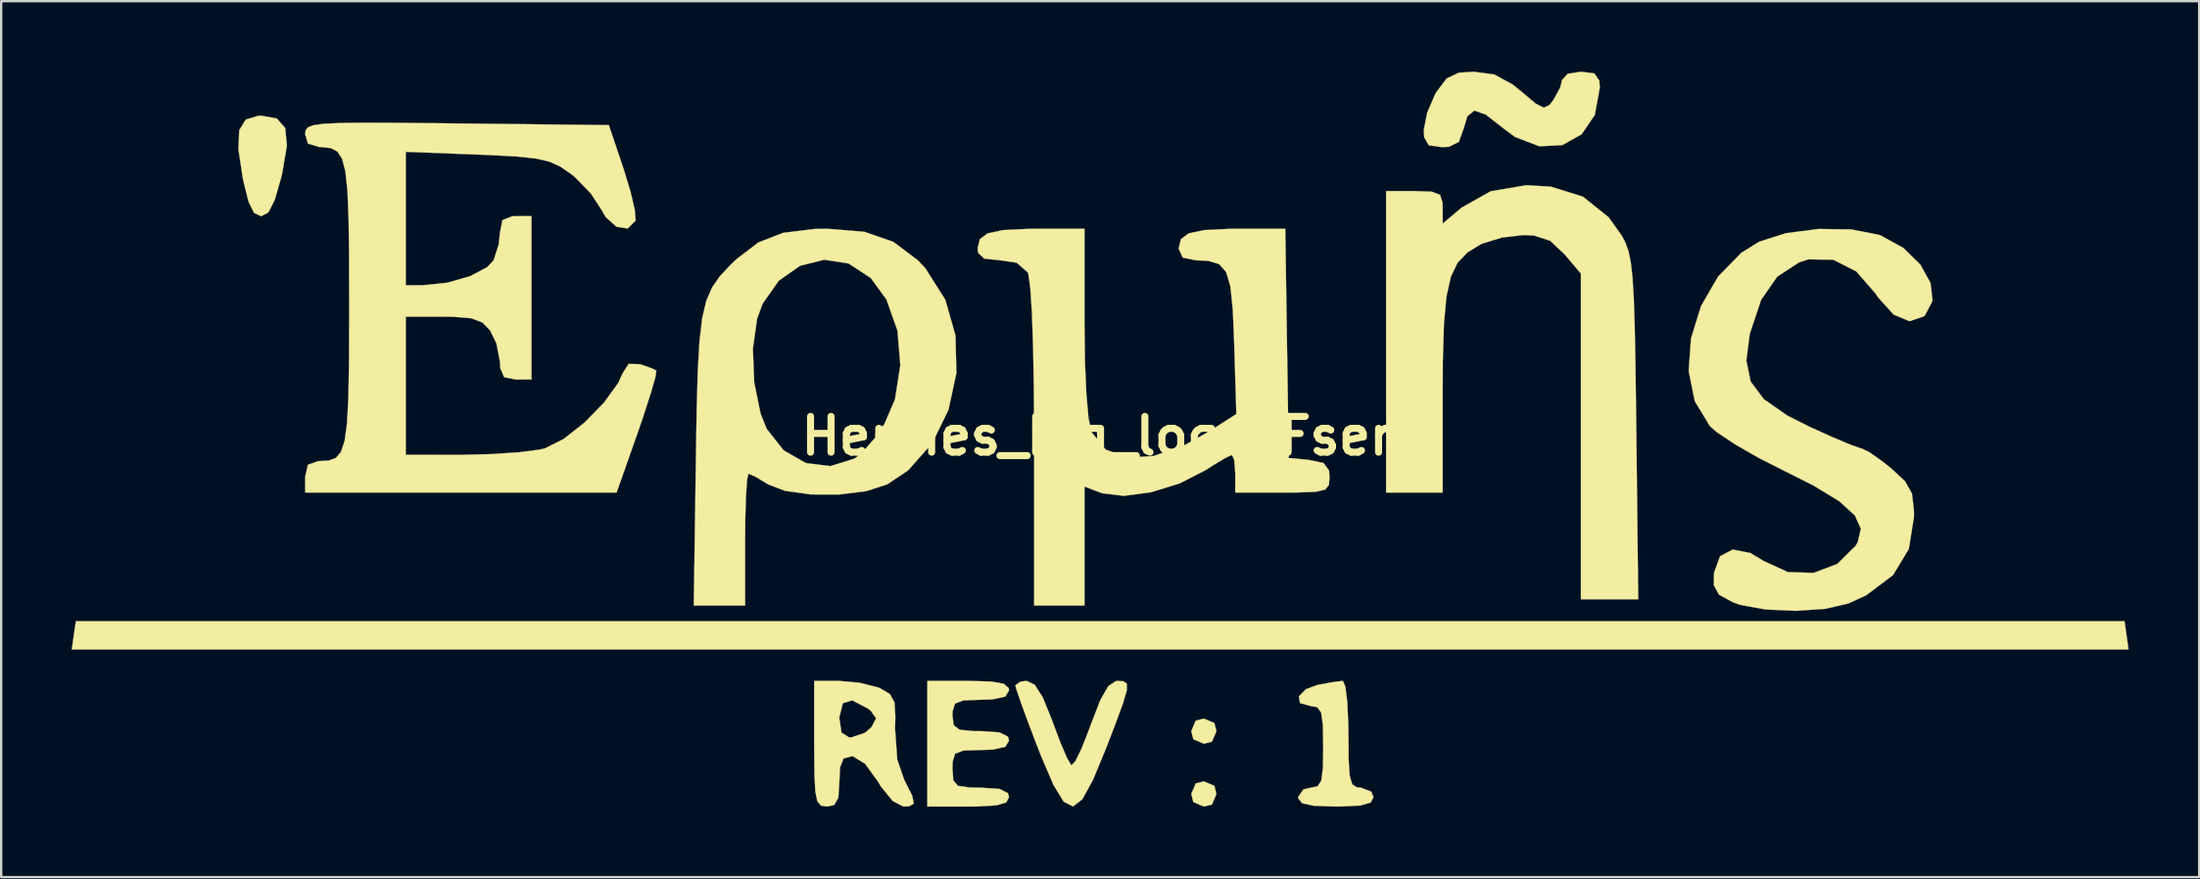
<source format=kicad_pcb>
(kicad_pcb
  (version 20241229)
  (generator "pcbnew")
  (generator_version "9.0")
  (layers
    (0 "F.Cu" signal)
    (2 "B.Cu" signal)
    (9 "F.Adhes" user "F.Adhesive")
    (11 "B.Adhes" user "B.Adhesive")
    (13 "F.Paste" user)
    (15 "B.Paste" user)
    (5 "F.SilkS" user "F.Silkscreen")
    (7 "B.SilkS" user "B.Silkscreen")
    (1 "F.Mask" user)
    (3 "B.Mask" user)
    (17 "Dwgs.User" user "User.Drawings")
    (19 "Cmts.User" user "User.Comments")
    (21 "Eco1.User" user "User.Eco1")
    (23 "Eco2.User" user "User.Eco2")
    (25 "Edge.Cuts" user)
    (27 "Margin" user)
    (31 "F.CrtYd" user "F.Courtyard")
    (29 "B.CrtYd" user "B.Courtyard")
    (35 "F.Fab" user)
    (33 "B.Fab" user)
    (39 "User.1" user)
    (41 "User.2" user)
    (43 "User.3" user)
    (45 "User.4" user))
  (footprint "Hermes_big_logo_Fserif"
    (layer "F.Cu")
    (at 44.425 15.512)
    (property "Reference" "Hermes_big_logo_Fserif" (at 0 0 0) (layer "F.SilkS") (effects (font (size 1.524 1.524) (thickness 0.3))))
    (attr through_hole)
    (fp_poly (pts (xy 43.084 9.091) (xy -44.42 9.091) (xy -44.249 7.887) (xy 42.913 7.887) (xy 43.084 9.091)) (stroke (width 0.01) (type solid)) (fill yes) (layer "F.SilkS"))
    (fp_poly (pts (xy 4.19 12.221) (xy 4.278 12.566) (xy 4.089 13.013) (xy 3.743 13.101) (xy 3.296 12.912) (xy 3.208 12.566) (xy 3.397 12.119) (xy 3.743 12.032) (xy 4.19 12.221)) (stroke (width 0.01) (type solid)) (fill yes) (layer "F.SilkS"))
    (fp_poly (pts (xy 4.19 14.894) (xy 4.278 15.24) (xy 4.089 15.687) (xy 3.743 15.775) (xy 3.296 15.586) (xy 3.208 15.24) (xy 3.397 14.793) (xy 3.743 14.705) (xy 4.19 14.894)) (stroke (width 0.01) (type solid)) (fill yes) (layer "F.SilkS"))
    (fp_poly (pts (xy -35.694 -13.515) (xy -35.34 -13.11) (xy -35.27 -12.36) (xy -35.464 -11.202) (xy -35.505 -11.029) (xy -35.785 -10.051) (xy -36.055 -9.521) (xy -36.359 -9.358) (xy -36.369 -9.358) (xy -36.666 -9.499) (xy -36.905 -9.984) (xy -37.131 -10.905) (xy -37.145 -10.971) (xy -37.331 -12.208) (xy -37.297 -13.018) (xy -37.022 -13.47) (xy -36.486 -13.632) (xy -36.353 -13.636) (xy -35.694 -13.515)) (stroke (width 0.01) (type solid)) (fill yes) (layer "F.SilkS"))
    (fp_poly (pts (xy 0.323 10.443) (xy 0.464 10.545) (xy 0.465 10.82) (xy 0.313 11.351) (xy -0.006 12.224) (xy -0.421 13.302) (xy -0.972 14.638) (xy -1.424 15.462) (xy -1.823 15.774) (xy -2.217 15.572) (xy -2.655 14.856) (xy -3.182 13.627) (xy -3.314 13.288) (xy -3.722 12.219) (xy -4.044 11.339) (xy -4.239 10.767) (xy -4.278 10.615) (xy -4.056 10.457) (xy -3.793 10.427) (xy -3.455 10.589) (xy -3.112 11.123) (xy -2.715 12.104) (xy -2.693 12.168) (xy -2.36 13.055) (xy -2.074 13.72) (xy -1.895 14.022) (xy -1.893 14.024) (xy -1.724 13.848) (xy -1.447 13.28) (xy -1.117 12.434) (xy -1.064 12.283) (xy -0.66 11.238) (xy -0.318 10.644) (xy 0.005 10.431) (xy 0.057 10.427) (xy 0.323 10.443)) (stroke (width 0.01) (type solid)) (fill yes) (layer "F.SilkS"))
    (fp_poly (pts (xy 9.764 10.674) (xy 9.845 11.333) (xy 9.889 12.281) (xy 9.893 12.7) (xy 9.903 13.805) (xy 9.949 14.48) (xy 10.056 14.829) (xy 10.249 14.958) (xy 10.427 14.973) (xy 10.863 15.14) (xy 10.962 15.374) (xy 10.839 15.607) (xy 10.402 15.732) (xy 9.551 15.774) (xy 9.358 15.775) (xy 8.426 15.744) (xy 7.926 15.635) (xy 7.757 15.422) (xy 7.754 15.374) (xy 7.977 15.047) (xy 8.288 14.973) (xy 8.578 14.918) (xy 8.739 14.677) (xy 8.809 14.131) (xy 8.823 13.235) (xy 8.806 12.294) (xy 8.732 11.77) (xy 8.564 11.543) (xy 8.288 11.497) (xy 7.835 11.372) (xy 7.784 11.088) (xy 8.091 10.777) (xy 8.589 10.594) (xy 9.245 10.477) (xy 9.656 10.427) (xy 9.659 10.427) (xy 9.764 10.674)) (stroke (width 0.01) (type solid)) (fill yes) (layer "F.SilkS"))
    (fp_poly (pts (xy 20.358 -15.436) (xy 20.567 -15.13) (xy 20.587 -14.826) (xy 20.378 -13.672) (xy 19.814 -12.844) (xy 18.994 -12.384) (xy 18.016 -12.334) (xy 16.979 -12.733) (xy 16.484 -13.101) (xy 15.736 -13.686) (xy 15.25 -13.856) (xy 14.953 -13.609) (xy 14.799 -13.101) (xy 14.593 -12.523) (xy 14.176 -12.315) (xy 13.87 -12.299) (xy 13.316 -12.375) (xy 13.119 -12.71) (xy 13.102 -13.034) (xy 13.244 -13.763) (xy 13.588 -14.561) (xy 13.633 -14.638) (xy 14.074 -15.222) (xy 14.591 -15.466) (xy 15.227 -15.507) (xy 16.099 -15.39) (xy 16.882 -14.965) (xy 17.267 -14.651) (xy 17.86 -14.152) (xy 18.203 -13.976) (xy 18.441 -14.086) (xy 18.613 -14.301) (xy 18.908 -14.845) (xy 18.983 -15.157) (xy 19.222 -15.419) (xy 19.785 -15.507) (xy 20.358 -15.436)) (stroke (width 0.01) (type solid)) (fill yes) (layer "F.SilkS"))
    (fp_poly (pts (xy -5.308 10.454) (xy -4.767 10.55) (xy -4.558 10.737) (xy -4.545 10.828) (xy -4.703 11.093) (xy -5.238 11.213) (xy -5.748 11.229) (xy -6.491 11.257) (xy -6.843 11.393) (xy -6.947 11.718) (xy -6.952 11.898) (xy -6.902 12.31) (xy -6.657 12.506) (xy -6.073 12.564) (xy -5.748 12.566) (xy -4.955 12.619) (xy -4.594 12.797) (xy -4.545 12.967) (xy -4.703 13.232) (xy -5.238 13.352) (xy -5.748 13.368) (xy -6.488 13.392) (xy -6.839 13.526) (xy -6.945 13.868) (xy -6.952 14.171) (xy -6.917 14.664) (xy -6.715 14.897) (xy -6.202 14.968) (xy -5.748 14.973) (xy -4.955 15.025) (xy -4.594 15.204) (xy -4.545 15.374) (xy -4.661 15.599) (xy -5.076 15.724) (xy -5.889 15.772) (xy -6.283 15.775) (xy -8.021 15.775) (xy -8.021 10.427) (xy -6.283 10.427) (xy -5.308 10.454)) (stroke (width 0.01) (type solid)) (fill yes) (layer "F.SilkS"))
    (fp_poly (pts (xy 18.509 -10.614) (xy 19.869 -10.19) (xy 20.966 -9.309) (xy 21.523 -8.528) (xy 21.684 -8.221) (xy 21.81 -7.866) (xy 21.907 -7.394) (xy 21.98 -6.74) (xy 22.034 -5.835) (xy 22.075 -4.614) (xy 22.106 -3.01) (xy 22.133 -0.955) (xy 22.14 -0.334) (xy 22.223 6.952) (xy 19.785 6.952) (xy 19.785 -6.911) (xy 19.093 -7.733) (xy 18.478 -8.312) (xy 17.789 -8.535) (xy 17.342 -8.556) (xy 16.42 -8.449) (xy 15.575 -8.187) (xy 15.499 -8.15) (xy 14.949 -7.808) (xy 14.54 -7.379) (xy 14.252 -6.783) (xy 14.064 -5.941) (xy 13.957 -4.776) (xy 13.91 -3.209) (xy 13.903 -1.885) (xy 13.903 2.406) (xy 11.497 2.406) (xy 11.497 -10.427) (xy 12.7 -10.427) (xy 13.442 -10.401) (xy 13.793 -10.265) (xy 13.898 -9.938) (xy 13.903 -9.735) (xy 13.903 -9.043) (xy 14.713 -9.725) (xy 15.948 -10.419) (xy 17.463 -10.676) (xy 18.509 -10.614)) (stroke (width 0.01) (type solid)) (fill yes) (layer "F.SilkS"))
    (fp_poly (pts (xy -10.888 10.509) (xy -10.105 10.71) (xy -10.026 10.743) (xy -9.615 10.987) (xy -9.421 11.337) (xy -9.381 11.965) (xy -9.398 12.414) (xy -9.303 13.773) (xy -9.01 14.625) (xy -8.668 15.31) (xy -8.596 15.65) (xy -8.797 15.765) (xy -9.041 15.775) (xy -9.49 15.543) (xy -9.995 14.927) (xy -10.128 14.705) (xy -10.67 13.955) (xy -11.183 13.641) (xy -11.247 13.636) (xy -11.587 13.732) (xy -11.736 14.111) (xy -11.764 14.705) (xy -11.809 15.405) (xy -11.99 15.714) (xy -12.299 15.775) (xy -12.542 15.738) (xy -12.698 15.563) (xy -12.786 15.154) (xy -12.824 14.413) (xy -12.834 13.244) (xy -12.834 13.101) (xy -12.834 12.032) (xy -11.764 12.032) (xy -11.675 12.625) (xy -11.357 12.829) (xy -11.262 12.834) (xy -10.682 12.64) (xy -10.403 12.404) (xy -10.2 12.024) (xy -10.424 11.703) (xy -10.555 11.602) (xy -11.216 11.256) (xy -11.617 11.377) (xy -11.763 11.966) (xy -11.764 12.032) (xy -12.834 12.032) (xy -12.834 10.427) (xy -11.777 10.427) (xy -10.888 10.509)) (stroke (width 0.01) (type solid)) (fill yes) (layer "F.SilkS"))
    (fp_poly (pts (xy -10.7 -8.693) (xy -9.464 -8.263) (xy -8.422 -7.478) (xy -8.107 -7.142) (xy -7.258 -5.803) (xy -6.824 -4.28) (xy -6.785 -2.681) (xy -7.121 -1.117) (xy -7.813 0.302) (xy -8.841 1.466) (xy -9.727 2.058) (xy -10.625 2.348) (xy -11.779 2.491) (xy -12.995 2.487) (xy -14.077 2.335) (xy -14.792 2.061) (xy -15.322 1.74) (xy -15.63 1.604) (xy -15.632 1.604) (xy -15.69 1.853) (xy -15.737 2.526) (xy -15.767 3.513) (xy -15.775 4.412) (xy -15.775 7.219) (xy -17.957 7.219) (xy -17.868 1.003) (xy -17.834 -1.121) (xy -17.787 -2.785) (xy -17.733 -3.709) (xy -15.444 -3.709) (xy -15.387 -2.278) (xy -15.116 -0.95) (xy -14.858 -0.304) (xy -14.136 0.612) (xy -13.188 1.153) (xy -12.144 1.283) (xy -11.137 0.968) (xy -10.859 0.778) (xy -9.964 -0.244) (xy -9.399 -1.553) (xy -9.171 -3.012) (xy -9.29 -4.479) (xy -9.763 -5.816) (xy -10.428 -6.726) (xy -11.37 -7.344) (xy -12.408 -7.505) (xy -13.436 -7.247) (xy -14.345 -6.61) (xy -15.031 -5.631) (xy -15.264 -4.994) (xy -15.444 -3.709) (xy -17.733 -3.709) (xy -17.713 -4.062) (xy -17.597 -5.029) (xy -17.424 -5.759) (xy -17.178 -6.326) (xy -16.844 -6.806) (xy -16.408 -7.272) (xy -16.133 -7.536) (xy -15.207 -8.241) (xy -14.163 -8.648) (xy -12.835 -8.813) (xy -12.273 -8.823) (xy -10.7 -8.693)) (stroke (width 0.01) (type solid)) (fill yes) (layer "F.SilkS"))
    (fp_poly (pts (xy -1.337 -4.825) (xy -1.316 -3.16) (xy -1.256 -1.775) (xy -1.163 -0.754) (xy -1.042 -0.181) (xy -1.035 -0.164) (xy -0.438 0.577) (xy 0.456 0.916) (xy 1.594 0.855) (xy 2.921 0.392) (xy 3.969 -0.194) (xy 5.126 -0.936) (xy 5.034 -3.955) (xy 4.974 -5.387) (xy 4.873 -6.369) (xy 4.69 -6.985) (xy 4.388 -7.319) (xy 3.926 -7.457) (xy 3.409 -7.482) (xy 2.846 -7.594) (xy 2.674 -7.969) (xy 2.674 -7.992) (xy 2.767 -8.38) (xy 3.103 -8.629) (xy 3.769 -8.767) (xy 4.85 -8.82) (xy 5.363 -8.823) (xy 7.207 -8.823) (xy 7.28 -3.944) (xy 7.353 0.936) (xy 8.222 1.02) (xy 8.833 1.15) (xy 9.067 1.465) (xy 9.091 1.755) (xy 9.063 2.086) (xy 8.907 2.281) (xy 8.509 2.374) (xy 7.757 2.404) (xy 7.085 2.406) (xy 5.08 2.406) (xy 5.08 1.604) (xy 5.04 1.041) (xy 4.942 0.802) (xy 4.941 0.802) (xy 4.653 0.937) (xy 4.089 1.276) (xy 3.804 1.46) (xy 2.716 2.018) (xy 1.499 2.394) (xy 0.338 2.548) (xy -0.58 2.439) (xy -0.62 2.425) (xy -1.337 2.152) (xy -1.337 7.219) (xy -3.476 7.219) (xy -3.476 0.383) (xy -3.487 -1.835) (xy -3.519 -3.717) (xy -3.57 -5.217) (xy -3.639 -6.289) (xy -3.723 -6.887) (xy -3.753 -6.969) (xy -4.223 -7.377) (xy -4.956 -7.486) (xy -5.602 -7.551) (xy -5.858 -7.794) (xy -5.882 -7.992) (xy -5.789 -8.379) (xy -5.454 -8.628) (xy -4.789 -8.766) (xy -3.71 -8.82) (xy -3.187 -8.823) (xy -1.337 -8.823) (xy -1.337 -4.825)) (stroke (width 0.01) (type solid)) (fill yes) (layer "F.SilkS"))
    (fp_poly (pts (xy 31.297 -8.794) (xy 32.467 -8.563) (xy 32.535 -8.539) (xy 33.497 -8.01) (xy 34.225 -7.299) (xy 34.66 -6.511) (xy 34.745 -5.755) (xy 34.423 -5.138) (xy 34.37 -5.091) (xy 33.764 -4.887) (xy 33.093 -5.168) (xy 32.427 -5.901) (xy 32.324 -6.06) (xy 31.499 -7.008) (xy 30.517 -7.506) (xy 29.463 -7.521) (xy 29.064 -7.393) (xy 28.133 -6.781) (xy 27.452 -5.795) (xy 26.974 -4.367) (xy 26.966 -4.334) (xy 26.822 -3.214) (xy 27.005 -2.319) (xy 27.571 -1.563) (xy 28.573 -0.866) (xy 29.548 -0.374) (xy 30.49 0.05) (xy 31.248 0.368) (xy 31.69 0.526) (xy 31.738 0.535) (xy 32.06 0.692) (xy 32.625 1.091) (xy 32.959 1.356) (xy 33.578 1.929) (xy 33.87 2.456) (xy 33.954 3.186) (xy 33.956 3.436) (xy 33.735 4.812) (xy 33.063 5.921) (xy 31.925 6.781) (xy 31.158 7.132) (xy 30.174 7.359) (xy 28.925 7.443) (xy 27.644 7.386) (xy 26.562 7.19) (xy 26.252 7.08) (xy 25.657 6.754) (xy 25.441 6.352) (xy 25.449 5.821) (xy 25.703 5.12) (xy 26.24 4.835) (xy 26.989 4.981) (xy 27.565 5.324) (xy 28.596 5.797) (xy 29.689 5.828) (xy 30.695 5.446) (xy 31.467 4.683) (xy 31.566 4.514) (xy 31.695 3.95) (xy 31.442 3.382) (xy 30.771 2.774) (xy 29.647 2.091) (xy 28.487 1.51) (xy 27.345 0.931) (xy 26.323 0.343) (xy 25.561 -0.168) (xy 25.278 -0.414) (xy 24.629 -1.482) (xy 24.37 -2.767) (xy 24.469 -4.155) (xy 24.896 -5.534) (xy 25.621 -6.787) (xy 26.614 -7.802) (xy 27.37 -8.271) (xy 28.51 -8.635) (xy 29.899 -8.814) (xy 31.297 -8.794)) (stroke (width 0.01) (type solid)) (fill yes) (layer "F.SilkS"))
    (fp_poly (pts (xy -30.616 -13.332) (xy -28.76 -13.314) (xy -28.031 -13.306) (xy -21.572 -13.235) (xy -20.942 -11.366) (xy -20.651 -10.41) (xy -20.47 -9.631) (xy -20.435 -9.182) (xy -20.441 -9.16) (xy -20.771 -8.835) (xy -21.244 -8.906) (xy -21.708 -9.322) (xy -21.884 -9.631) (xy -22.332 -10.316) (xy -22.999 -11.007) (xy -23.177 -11.152) (xy -23.629 -11.466) (xy -24.089 -11.678) (xy -24.681 -11.815) (xy -25.528 -11.903) (xy -26.752 -11.966) (xy -27.163 -11.982) (xy -30.213 -12.099) (xy -30.213 -6.417) (xy -29.477 -6.418) (xy -28.443 -6.526) (xy -27.472 -6.805) (xy -26.741 -7.192) (xy -26.473 -7.48) (xy -26.258 -8.151) (xy -26.202 -8.672) (xy -26.098 -9.19) (xy -25.684 -9.354) (xy -25.534 -9.358) (xy -24.865 -9.358) (xy -24.865 -2.406) (xy -25.534 -2.406) (xy -26.025 -2.502) (xy -26.193 -2.898) (xy -26.202 -3.149) (xy -26.356 -3.944) (xy -26.618 -4.486) (xy -26.946 -4.83) (xy -27.418 -5.011) (xy -28.195 -5.076) (xy -28.624 -5.08) (xy -30.213 -5.08) (xy -30.213 0.802) (xy -27.739 0.801) (xy -26.512 0.77) (xy -25.373 0.691) (xy -24.509 0.578) (xy -24.294 0.529) (xy -23.504 0.133) (xy -22.611 -0.568) (xy -21.779 -1.418) (xy -21.172 -2.259) (xy -20.997 -2.646) (xy -20.73 -3.069) (xy -20.238 -3.055) (xy -20.232 -3.053) (xy -19.732 -2.876) (xy -19.55 -2.784) (xy -19.59 -2.51) (xy -19.78 -1.845) (xy -20.085 -0.898) (xy -20.344 -0.143) (xy -21.241 2.406) (xy -34.491 2.406) (xy -34.491 1.738) (xy -34.376 1.225) (xy -33.944 1.071) (xy -33.876 1.069) (xy -33.488 1.046) (xy -33.19 0.937) (xy -32.969 0.678) (xy -32.813 0.209) (xy -32.712 -0.531) (xy -32.654 -1.604) (xy -32.627 -3.072) (xy -32.619 -4.996) (xy -32.619 -5.615) (xy -32.623 -7.675) (xy -32.644 -9.263) (xy -32.693 -10.439) (xy -32.781 -11.265) (xy -32.92 -11.802) (xy -33.122 -12.112) (xy -33.398 -12.257) (xy -33.759 -12.298) (xy -33.876 -12.299) (xy -34.371 -12.447) (xy -34.491 -12.838) (xy -34.474 -13.007) (xy -34.383 -13.135) (xy -34.155 -13.228) (xy -33.727 -13.289) (xy -33.037 -13.324) (xy -32.02 -13.337) (xy -30.616 -13.332)) (stroke (width 0.01) (type solid)) (fill yes) (layer "F.SilkS")))
  (gr_rect
    (start -3 -3)
    (end 90.514 34.292)
    (stroke (width 0.1) (type default))
    (fill no)
    (layer "Edge.Cuts")))
</source>
